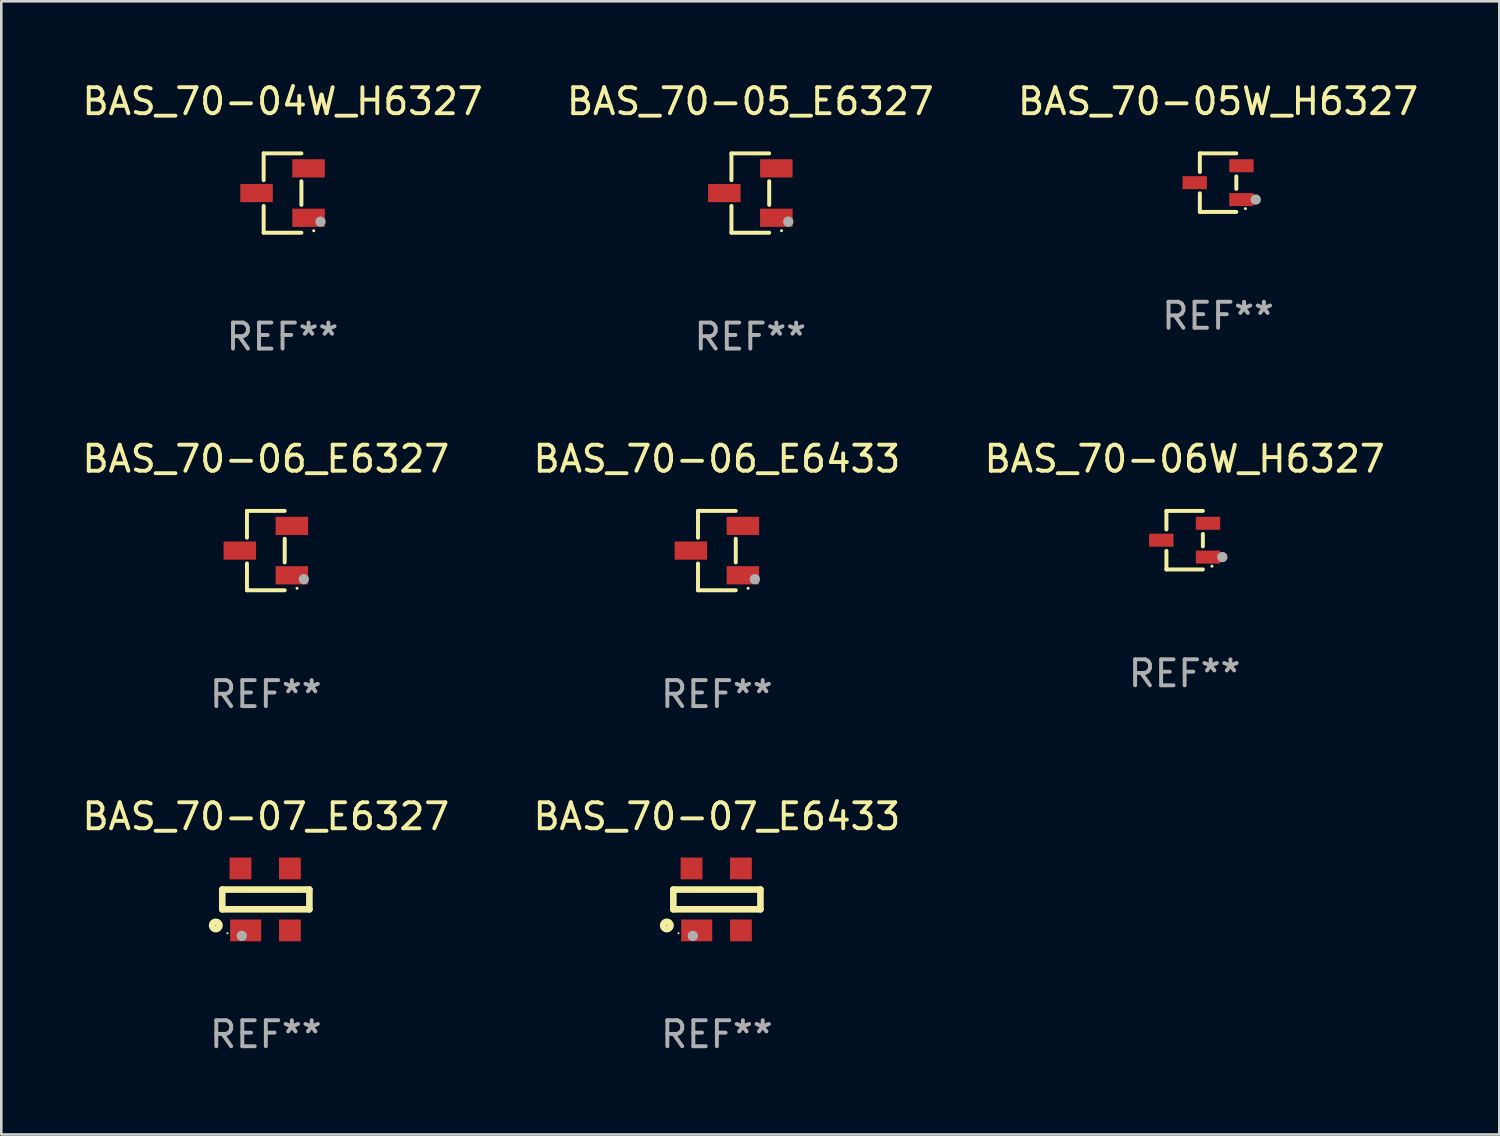
<source format=kicad_pcb>
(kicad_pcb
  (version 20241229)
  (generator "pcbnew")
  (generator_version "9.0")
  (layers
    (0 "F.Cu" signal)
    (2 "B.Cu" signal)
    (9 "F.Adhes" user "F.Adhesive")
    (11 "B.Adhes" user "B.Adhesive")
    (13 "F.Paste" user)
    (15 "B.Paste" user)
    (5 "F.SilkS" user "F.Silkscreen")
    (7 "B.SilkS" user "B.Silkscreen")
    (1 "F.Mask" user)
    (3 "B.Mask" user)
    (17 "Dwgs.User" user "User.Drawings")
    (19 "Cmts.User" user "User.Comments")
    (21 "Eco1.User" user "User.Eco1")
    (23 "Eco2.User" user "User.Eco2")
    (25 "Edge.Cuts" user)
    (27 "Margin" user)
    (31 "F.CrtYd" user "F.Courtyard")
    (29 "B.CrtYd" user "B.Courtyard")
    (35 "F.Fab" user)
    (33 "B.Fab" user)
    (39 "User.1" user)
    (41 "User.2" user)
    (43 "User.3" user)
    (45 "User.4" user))
  (footprint "BAS_70-06_E6433"
    (layer "F.Cu")
    (at 24.518 18.123)
    (property "Reference" "BAS_70-06_E6433" (at 0 -3.526 0) (layer "F.SilkS") (effects (font (size 1 1) (thickness 0.15))))
    (attr through_hole)
    (fp_line (start -0.726 -1.526) (end -0.726 -0.495) (stroke (width 0.152) (type solid)) (layer "F.SilkS"))
    (fp_line (start -0.726 1.526) (end -0.726 0.495) (stroke (width 0.152) (type solid)) (layer "F.SilkS"))
    (fp_line (start 0.726 -1.526) (end -0.726 -1.526) (stroke (width 0.152) (type solid)) (layer "F.SilkS"))
    (fp_line (start 0.726 -0.455) (end 0.726 0.455) (stroke (width 0.152) (type solid)) (layer "F.SilkS"))
    (fp_line (start 0.726 1.526) (end -0.726 1.526) (stroke (width 0.152) (type solid)) (layer "F.SilkS"))
    (fp_circle (center 1.2 1.45) (end 1.23 1.45) (stroke (width 0.06) (type solid)) (fill no) (layer "F.SilkS"))
    (fp_circle (center 1.46 1.1) (end 1.56 1.1) (stroke (width 0.2) (type solid)) (fill no) (layer "F.Fab"))
    (fp_text user "REF**" (at 0 5.526 0) (layer "F.Fab") (effects (font (size 1 1) (thickness 0.15))))
    (pad "1" smd rect (at 1 0.95) (size 1.25 0.7) (layers "F.Cu" "F.Mask" "F.Paste"))
    (pad "2" smd rect (at 1 -0.95) (size 1.25 0.7) (layers "F.Cu" "F.Mask" "F.Paste"))
    (pad "3" smd rect (at -1 0) (size 1.25 0.7) (layers "F.Cu" "F.Mask" "F.Paste")))
  (footprint "BAS_70-05_E6327"
    (layer "F.Cu")
    (at 25.804 4.374)
    (property "Reference" "BAS_70-05_E6327" (at 0 -3.526 0) (layer "F.SilkS") (effects (font (size 1 1) (thickness 0.15))))
    (attr through_hole)
    (fp_line (start -0.726 -1.526) (end -0.726 -0.495) (stroke (width 0.152) (type solid)) (layer "F.SilkS"))
    (fp_line (start -0.726 1.526) (end -0.726 0.495) (stroke (width 0.152) (type solid)) (layer "F.SilkS"))
    (fp_line (start 0.726 -1.526) (end -0.726 -1.526) (stroke (width 0.152) (type solid)) (layer "F.SilkS"))
    (fp_line (start 0.726 -0.455) (end 0.726 0.455) (stroke (width 0.152) (type solid)) (layer "F.SilkS"))
    (fp_line (start 0.726 1.526) (end -0.726 1.526) (stroke (width 0.152) (type solid)) (layer "F.SilkS"))
    (fp_circle (center 1.2 1.45) (end 1.23 1.45) (stroke (width 0.06) (type solid)) (fill no) (layer "F.SilkS"))
    (fp_circle (center 1.46 1.1) (end 1.56 1.1) (stroke (width 0.2) (type solid)) (fill no) (layer "F.Fab"))
    (fp_text user "REF**" (at 0 5.526 0) (layer "F.Fab") (effects (font (size 1 1) (thickness 0.15))))
    (pad "1" smd rect (at 1 0.95) (size 1.25 0.7) (layers "F.Cu" "F.Mask" "F.Paste"))
    (pad "2" smd rect (at 1 -0.95) (size 1.25 0.7) (layers "F.Cu" "F.Mask" "F.Paste"))
    (pad "3" smd rect (at -1 0) (size 1.25 0.7) (layers "F.Cu" "F.Mask" "F.Paste")))
  (footprint "BAS_70-07_E6433"
    (layer "F.Cu")
    (at 24.518 31.538)
    (property "Reference" "BAS_70-07_E6433" (at 0 -3.191 0) (layer "F.SilkS") (effects (font (size 1 1) (thickness 0.15))))
    (attr through_hole)
    (fp_line (start -1.675 -0.38) (end -1.675 0.38) (stroke (width 0.254) (type solid)) (layer "F.SilkS"))
    (fp_line (start -1.675 -0.38) (end 1.675 -0.38) (stroke (width 0.254) (type solid)) (layer "F.SilkS"))
    (fp_line (start -1.675 0.38) (end 1.675 0.38) (stroke (width 0.254) (type solid)) (layer "F.SilkS"))
    (fp_line (start 1.675 -0.38) (end 1.675 0.38) (stroke (width 0.254) (type solid)) (layer "F.SilkS"))
    (fp_circle (center -1.925 1) (end -1.783 1) (stroke (width 0.254) (type solid)) (fill no) (layer "F.SilkS"))
    (fp_circle (center -1.475 1.3) (end -1.455 1.3) (stroke (width 0.04) (type solid)) (fill no) (layer "F.SilkS"))
    (fp_circle (center -0.925 1.4) (end -0.825 1.4) (stroke (width 0.2) (type solid)) (fill no) (layer "F.Fab"))
    (fp_text user "REF**" (at 0 5.191 0) (layer "F.Fab") (effects (font (size 1 1) (thickness 0.15))))
    (pad "1" smd rect (at -0.775 1.191) (size 1.194 0.838) (layers "F.Cu" "F.Mask" "F.Paste"))
    (pad "2" smd rect (at 0.925 1.191) (size 0.838 0.838) (layers "F.Cu" "F.Mask" "F.Paste"))
    (pad "3" smd rect (at 0.925 -1.191) (size 0.838 0.838) (layers "F.Cu" "F.Mask" "F.Paste"))
    (pad "4" smd rect (at -0.975 -1.191) (size 0.838 0.838) (layers "F.Cu" "F.Mask" "F.Paste")))
  (footprint "BAS_70-06W_H6327"
    (layer "F.Cu")
    (at 42.506 17.723)
    (property "Reference" "BAS_70-06W_H6327" (at 0 -3.126 0) (layer "F.SilkS") (effects (font (size 1 1) (thickness 0.15))))
    (attr through_hole)
    (fp_line (start -0.701 -1.126) (end -0.701 -0.411) (stroke (width 0.152) (type solid)) (layer "F.SilkS"))
    (fp_line (start -0.701 1.126) (end -0.701 0.411) (stroke (width 0.152) (type solid)) (layer "F.SilkS"))
    (fp_line (start 0.701 -1.126) (end -0.701 -1.126) (stroke (width 0.152) (type solid)) (layer "F.SilkS"))
    (fp_line (start 0.701 -0.239) (end 0.701 0.239) (stroke (width 0.152) (type solid)) (layer "F.SilkS"))
    (fp_line (start 0.701 1.126) (end -0.701 1.126) (stroke (width 0.152) (type solid)) (layer "F.SilkS"))
    (fp_circle (center 1.05 1) (end 1.08 1) (stroke (width 0.06) (type solid)) (fill no) (layer "F.SilkS"))
    (fp_circle (center 1.45 0.65) (end 1.55 0.65) (stroke (width 0.2) (type solid)) (fill no) (layer "F.Fab"))
    (fp_text user "REF**" (at 0 5.126 0) (layer "F.Fab") (effects (font (size 1 1) (thickness 0.15))))
    (pad "1" smd rect (at 0.898 0.65) (size 0.936 0.5) (layers "F.Cu" "F.Mask" "F.Paste"))
    (pad "2" smd rect (at 0.898 -0.65) (size 0.936 0.5) (layers "F.Cu" "F.Mask" "F.Paste"))
    (pad "3" smd rect (at -0.898 0) (size 0.936 0.5) (layers "F.Cu" "F.Mask" "F.Paste")))
  (footprint "BAS_70-05W_H6327"
    (layer "F.Cu")
    (at 43.792 3.974)
    (property "Reference" "BAS_70-05W_H6327" (at 0 -3.126 0) (layer "F.SilkS") (effects (font (size 1 1) (thickness 0.15))))
    (attr through_hole)
    (fp_line (start -0.701 -1.126) (end -0.701 -0.411) (stroke (width 0.152) (type solid)) (layer "F.SilkS"))
    (fp_line (start -0.701 1.126) (end -0.701 0.411) (stroke (width 0.152) (type solid)) (layer "F.SilkS"))
    (fp_line (start 0.701 -1.126) (end -0.701 -1.126) (stroke (width 0.152) (type solid)) (layer "F.SilkS"))
    (fp_line (start 0.701 -0.239) (end 0.701 0.239) (stroke (width 0.152) (type solid)) (layer "F.SilkS"))
    (fp_line (start 0.701 1.126) (end -0.701 1.126) (stroke (width 0.152) (type solid)) (layer "F.SilkS"))
    (fp_circle (center 1.05 1) (end 1.08 1) (stroke (width 0.06) (type solid)) (fill no) (layer "F.SilkS"))
    (fp_circle (center 1.45 0.65) (end 1.55 0.65) (stroke (width 0.2) (type solid)) (fill no) (layer "F.Fab"))
    (fp_text user "REF**" (at 0 5.126 0) (layer "F.Fab") (effects (font (size 1 1) (thickness 0.15))))
    (pad "1" smd rect (at 0.898 0.65) (size 0.936 0.5) (layers "F.Cu" "F.Mask" "F.Paste"))
    (pad "2" smd rect (at 0.898 -0.65) (size 0.936 0.5) (layers "F.Cu" "F.Mask" "F.Paste"))
    (pad "3" smd rect (at -0.898 0) (size 0.936 0.5) (layers "F.Cu" "F.Mask" "F.Paste")))
  (footprint "BAS_70-04W_H6327"
    (layer "F.Cu")
    (at 7.815 4.374)
    (property "Reference" "BAS_70-04W_H6327" (at 0 -3.526 0) (layer "F.SilkS") (effects (font (size 1 1) (thickness 0.15))))
    (attr through_hole)
    (fp_line (start -0.726 -1.526) (end -0.726 -0.495) (stroke (width 0.152) (type solid)) (layer "F.SilkS"))
    (fp_line (start -0.726 1.526) (end -0.726 0.495) (stroke (width 0.152) (type solid)) (layer "F.SilkS"))
    (fp_line (start 0.726 -1.526) (end -0.726 -1.526) (stroke (width 0.152) (type solid)) (layer "F.SilkS"))
    (fp_line (start 0.726 -0.455) (end 0.726 0.455) (stroke (width 0.152) (type solid)) (layer "F.SilkS"))
    (fp_line (start 0.726 1.526) (end -0.726 1.526) (stroke (width 0.152) (type solid)) (layer "F.SilkS"))
    (fp_circle (center 1.2 1.45) (end 1.23 1.45) (stroke (width 0.06) (type solid)) (fill no) (layer "F.SilkS"))
    (fp_circle (center 1.46 1.1) (end 1.56 1.1) (stroke (width 0.2) (type solid)) (fill no) (layer "F.Fab"))
    (fp_text user "REF**" (at 0 5.526 0) (layer "F.Fab") (effects (font (size 1 1) (thickness 0.15))))
    (pad "1" smd rect (at 1 0.95) (size 1.25 0.7) (layers "F.Cu" "F.Mask" "F.Paste"))
    (pad "2" smd rect (at 1 -0.95) (size 1.25 0.7) (layers "F.Cu" "F.Mask" "F.Paste"))
    (pad "3" smd rect (at -1 0) (size 1.25 0.7) (layers "F.Cu" "F.Mask" "F.Paste")))
  (footprint "BAS_70-06_E6327"
    (layer "F.Cu")
    (at 7.173 18.123)
    (property "Reference" "BAS_70-06_E6327" (at 0 -3.526 0) (layer "F.SilkS") (effects (font (size 1 1) (thickness 0.15))))
    (attr through_hole)
    (fp_line (start -0.726 -1.526) (end -0.726 -0.495) (stroke (width 0.152) (type solid)) (layer "F.SilkS"))
    (fp_line (start -0.726 1.526) (end -0.726 0.495) (stroke (width 0.152) (type solid)) (layer "F.SilkS"))
    (fp_line (start 0.726 -1.526) (end -0.726 -1.526) (stroke (width 0.152) (type solid)) (layer "F.SilkS"))
    (fp_line (start 0.726 -0.455) (end 0.726 0.455) (stroke (width 0.152) (type solid)) (layer "F.SilkS"))
    (fp_line (start 0.726 1.526) (end -0.726 1.526) (stroke (width 0.152) (type solid)) (layer "F.SilkS"))
    (fp_circle (center 1.2 1.45) (end 1.23 1.45) (stroke (width 0.06) (type solid)) (fill no) (layer "F.SilkS"))
    (fp_circle (center 1.46 1.1) (end 1.56 1.1) (stroke (width 0.2) (type solid)) (fill no) (layer "F.Fab"))
    (fp_text user "REF**" (at 0 5.526 0) (layer "F.Fab") (effects (font (size 1 1) (thickness 0.15))))
    (pad "1" smd rect (at 1 0.95) (size 1.25 0.7) (layers "F.Cu" "F.Mask" "F.Paste"))
    (pad "2" smd rect (at 1 -0.95) (size 1.25 0.7) (layers "F.Cu" "F.Mask" "F.Paste"))
    (pad "3" smd rect (at -1 0) (size 1.25 0.7) (layers "F.Cu" "F.Mask" "F.Paste")))
  (footprint "BAS_70-07_E6327"
    (layer "F.Cu")
    (at 7.173 31.538)
    (property "Reference" "BAS_70-07_E6327" (at 0 -3.191 0) (layer "F.SilkS") (effects (font (size 1 1) (thickness 0.15))))
    (attr through_hole)
    (fp_line (start -1.675 -0.38) (end -1.675 0.38) (stroke (width 0.254) (type solid)) (layer "F.SilkS"))
    (fp_line (start -1.675 -0.38) (end 1.675 -0.38) (stroke (width 0.254) (type solid)) (layer "F.SilkS"))
    (fp_line (start -1.675 0.38) (end 1.675 0.38) (stroke (width 0.254) (type solid)) (layer "F.SilkS"))
    (fp_line (start 1.675 -0.38) (end 1.675 0.38) (stroke (width 0.254) (type solid)) (layer "F.SilkS"))
    (fp_circle (center -1.925 1) (end -1.783 1) (stroke (width 0.254) (type solid)) (fill no) (layer "F.SilkS"))
    (fp_circle (center -1.475 1.3) (end -1.455 1.3) (stroke (width 0.04) (type solid)) (fill no) (layer "F.SilkS"))
    (fp_circle (center -0.925 1.4) (end -0.825 1.4) (stroke (width 0.2) (type solid)) (fill no) (layer "F.Fab"))
    (fp_text user "REF**" (at 0 5.191 0) (layer "F.Fab") (effects (font (size 1 1) (thickness 0.15))))
    (pad "1" smd rect (at -0.775 1.191) (size 1.194 0.838) (layers "F.Cu" "F.Mask" "F.Paste"))
    (pad "2" smd rect (at 0.925 1.191) (size 0.838 0.838) (layers "F.Cu" "F.Mask" "F.Paste"))
    (pad "3" smd rect (at 0.925 -1.191) (size 0.838 0.838) (layers "F.Cu" "F.Mask" "F.Paste"))
    (pad "4" smd rect (at -0.975 -1.191) (size 0.838 0.838) (layers "F.Cu" "F.Mask" "F.Paste")))
  (gr_rect
    (start -3 -3)
    (end 54.607 40.577)
    (stroke (width 0.1) (type default))
    (fill no)
    (layer "Edge.Cuts")))
</source>
